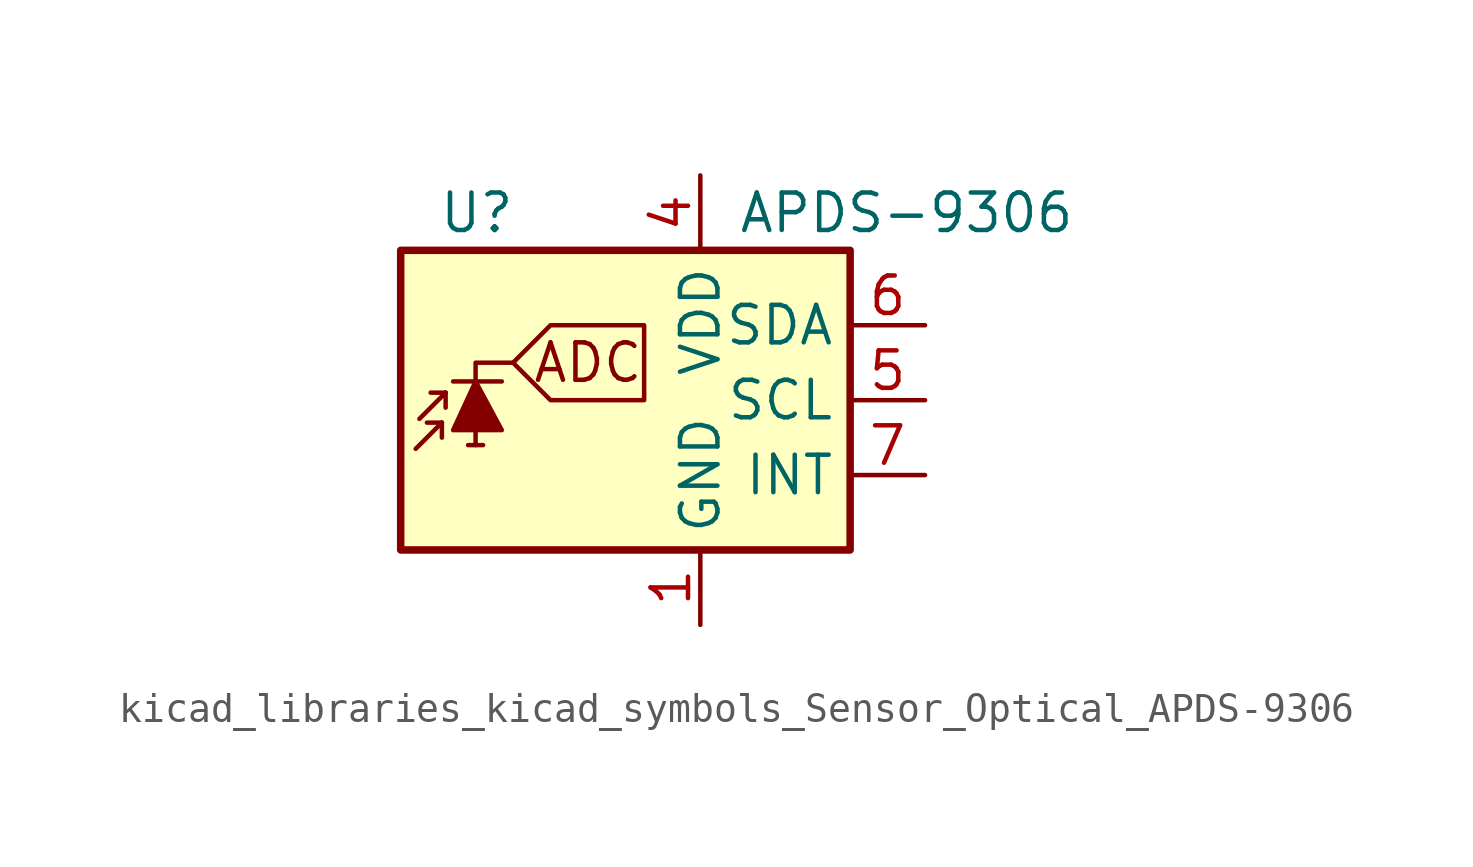
<source format=kicad_sym>
(kicad_symbol_lib
  (version 20220914)
  (generator kicad_symbol_editor)
  (symbol "kicad_libraries_kicad_symbols_Sensor_Optical_APDS-9306"
    (property "Reference" "U"
      (at -6.35 6.35 0)
      (effects (font (size 1.27 1.27)) (justify left)))
    (property "Value" "APDS-9306"
      (at 3.81 6.35 0)
      (effects (font (size 1.27 1.27)) (justify left)))
    (symbol "kicad_libraries_kicad_symbols_Sensor_Optical_APDS-9306_0_0"
      (polyline (pts (xy -3.81 1.27) (xy -2.54 2.54) (xy 0.635 2.54) (xy 0.635 0) (xy -2.54 0) (xy -3.81 1.27)) (stroke (width 0) (type default)) (fill (type none)))
      (text "ADC" (at -1.27 1.27 0) (effects (font (size 1.27 1.27)))))
    (symbol "kicad_libraries_kicad_symbols_Sensor_Optical_APDS-9306_0_1"
      (rectangle (start -7.62 5.08) (end 7.62 -5.08) (stroke (width 0.254) (type default)) (fill (type background))))
    (symbol "kicad_libraries_kicad_symbols_Sensor_Optical_APDS-9306_1_0"
      (polyline (pts (xy -5.08 -1.524) (xy -5.08 1.27) (xy -3.81 1.27)) (stroke (width 0) (type default)) (fill (type none))))
    (symbol "kicad_libraries_kicad_symbols_Sensor_Optical_APDS-9306_1_1"
      (polyline (pts (xy -6.223 -0.762) (xy -7.112 -1.651)) (stroke (width 0) (type default)) (fill (type none)))
      (polyline (pts (xy -6.223 -0.762) (xy -6.731 -0.762)) (stroke (width 0) (type default)) (fill (type none)))
      (polyline (pts (xy -6.223 -0.762) (xy -6.223 -1.27)) (stroke (width 0) (type default)) (fill (type none)))
      (polyline (pts (xy -6.096 0.254) (xy -6.985 -0.635)) (stroke (width 0) (type default)) (fill (type none)))
      (polyline (pts (xy -6.096 0.254) (xy -6.604 0.254)) (stroke (width 0) (type default)) (fill (type none)))
      (polyline (pts (xy -6.096 0.254) (xy -6.096 -0.254)) (stroke (width 0) (type default)) (fill (type none)))
      (polyline (pts (xy -5.842 0.635) (xy -4.191 0.635)) (stroke (width 0) (type default)) (fill (type none)))
      (polyline (pts (xy -4.826 -1.524) (xy -5.334 -1.524)) (stroke (width 0) (type default)) (fill (type none)))
      (polyline (pts (xy -5.842 -1.016) (xy -4.191 -1.016) (xy -5.08 0.635) (xy -5.842 -1.016)) (stroke (width 0) (type default)) (fill (type outline)))
      (pin power_in line (at 2.54 -7.62 90) (length 2.54) (name "GND" (effects (font (size 1.27 1.27)))) (number "1" (effects (font (size 1.27 1.27)))))
      (pin no_connect line (at -7.62 -5.08 0) (length 2.54) hide (name "NC" (effects (font (size 1.27 1.27)))) (number "2" (effects (font (size 1.27 1.27)))))
      (pin no_connect line (at -7.62 5.08 0) (length 2.54) hide (name "NC" (effects (font (size 1.27 1.27)))) (number "3" (effects (font (size 1.27 1.27)))))
      (pin power_in line (at 2.54 7.62 270) (length 2.54) (name "VDD" (effects (font (size 1.27 1.27)))) (number "4" (effects (font (size 1.27 1.27)))))
      (pin input line (at 10.16 0 180) (length 2.54) (name "SCL" (effects (font (size 1.27 1.27)))) (number "5" (effects (font (size 1.27 1.27)))))
      (pin bidirectional line (at 10.16 2.54 180) (length 2.54) (name "SDA" (effects (font (size 1.27 1.27)))) (number "6" (effects (font (size 1.27 1.27)))))
      (pin open_collector line (at 10.16 -2.54 180) (length 2.54) (name "INT" (effects (font (size 1.27 1.27)))) (number "7" (effects (font (size 1.27 1.27)))))
      (pin no_connect line (at -7.62 2.54 0) (length 2.54) hide (name "NC" (effects (font (size 1.27 1.27)))) (number "8" (effects (font (size 1.27 1.27))))))))
</source>
